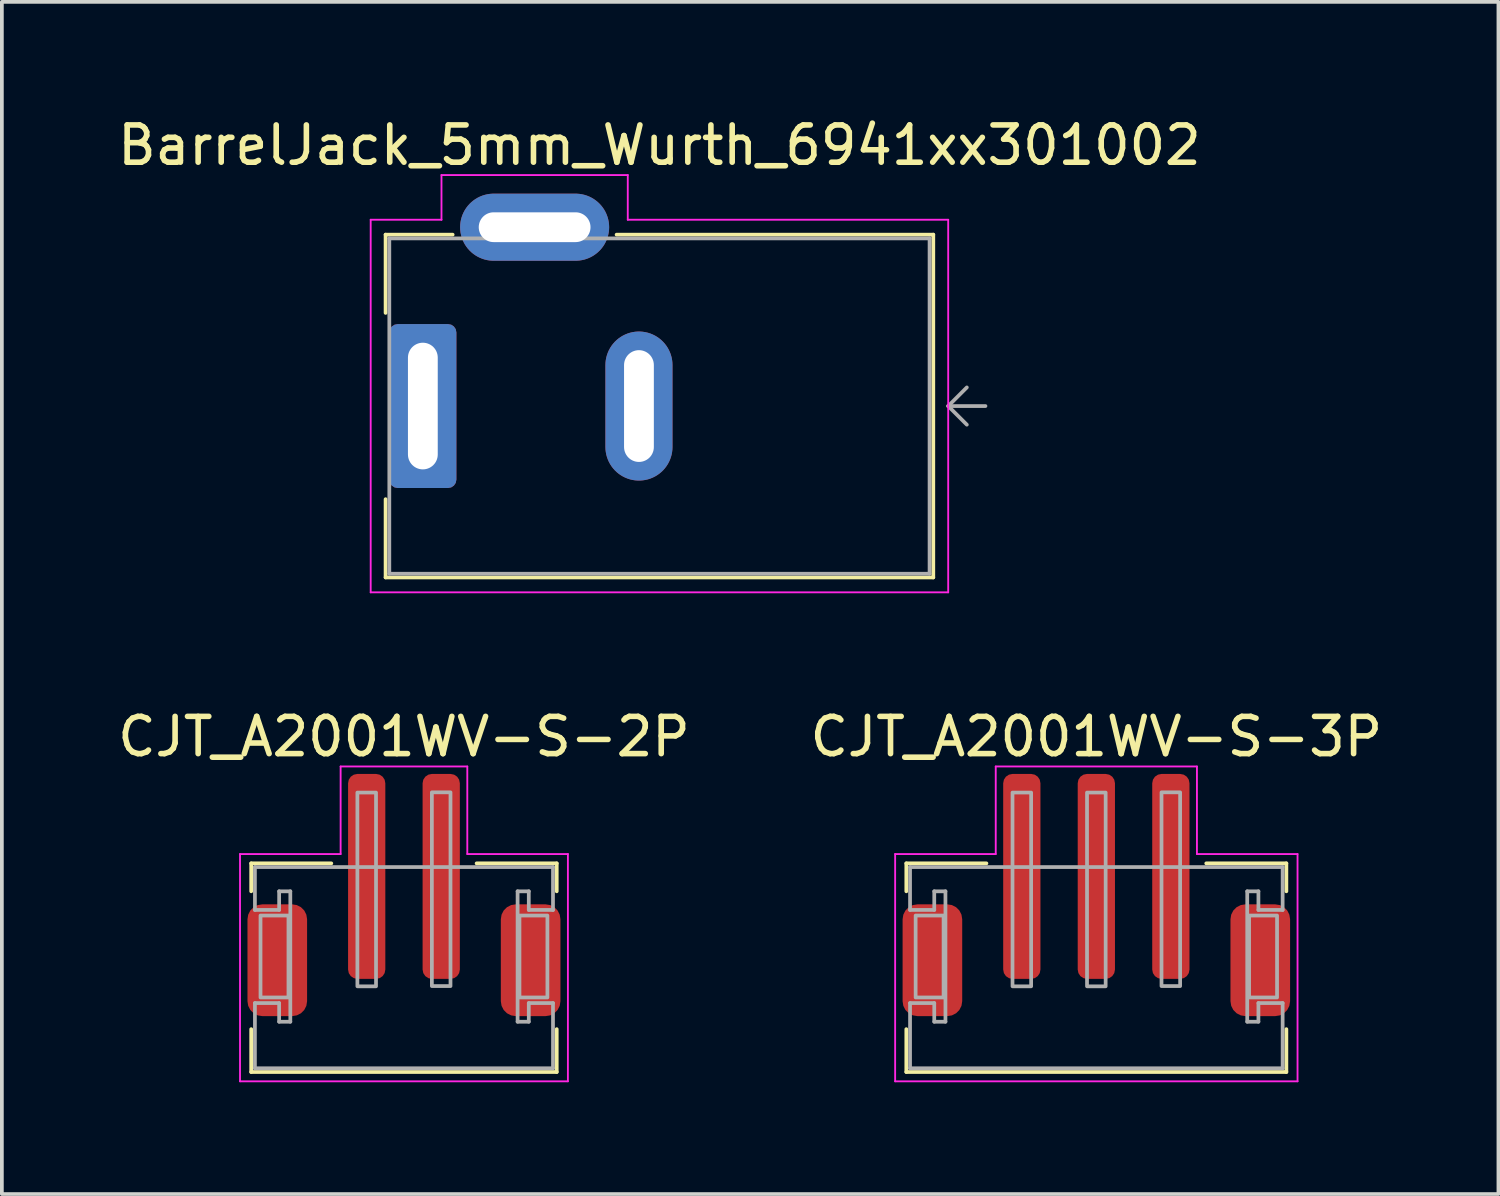
<source format=kicad_pcb>
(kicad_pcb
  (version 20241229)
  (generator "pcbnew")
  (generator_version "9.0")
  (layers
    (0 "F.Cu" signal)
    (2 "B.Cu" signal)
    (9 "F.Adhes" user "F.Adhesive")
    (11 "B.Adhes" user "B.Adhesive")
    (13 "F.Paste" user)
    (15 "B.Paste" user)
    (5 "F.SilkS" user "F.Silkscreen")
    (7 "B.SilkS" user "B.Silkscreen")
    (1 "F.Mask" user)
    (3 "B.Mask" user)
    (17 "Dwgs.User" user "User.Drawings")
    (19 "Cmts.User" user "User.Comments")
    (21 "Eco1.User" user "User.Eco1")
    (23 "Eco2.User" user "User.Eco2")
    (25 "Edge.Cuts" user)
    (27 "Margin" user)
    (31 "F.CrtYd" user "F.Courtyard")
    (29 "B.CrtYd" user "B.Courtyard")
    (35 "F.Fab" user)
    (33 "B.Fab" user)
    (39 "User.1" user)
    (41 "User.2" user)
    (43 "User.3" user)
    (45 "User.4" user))
  (footprint "BarrelJack_5mm_Wurth_6941xx301002"
    (layer "F.Cu")
    (at 8.299 7.848)
    (property "Reference" "BarrelJack_5mm_Wurth_6941xx301002" (at 6.35 -7 180) (layer "F.SilkS") (effects (font (size 1 1) (thickness 0.15))))
    (attr through_hole)
    (fp_line (start -1 -4.6) (end 0.8 -4.6) (stroke (width 0.1) (type solid)) (layer "F.SilkS"))
    (fp_line (start -1 -2.5) (end -1 -4.6) (stroke (width 0.1) (type solid)) (layer "F.SilkS"))
    (fp_line (start -1 4.6) (end -1 2.5) (stroke (width 0.1) (type solid)) (layer "F.SilkS"))
    (fp_line (start 5.2 -4.6) (end 13.7 -4.6) (stroke (width 0.1) (type solid)) (layer "F.SilkS"))
    (fp_line (start 13.7 -4.6) (end 13.7 4.6) (stroke (width 0.1) (type solid)) (layer "F.SilkS"))
    (fp_line (start 13.7 4.6) (end -1 4.6) (stroke (width 0.1) (type solid)) (layer "F.SilkS"))
    (fp_line (start -1.4 -5) (end -1.4 5) (stroke (width 0.05) (type solid)) (layer "F.CrtYd"))
    (fp_line (start -1.4 5) (end 14.1 5) (stroke (width 0.05) (type solid)) (layer "F.CrtYd"))
    (fp_line (start 0.5 -6.2) (end 0.5 -5) (stroke (width 0.05) (type solid)) (layer "F.CrtYd"))
    (fp_line (start 0.5 -6.2) (end 5.5 -6.2) (stroke (width 0.05) (type solid)) (layer "F.CrtYd"))
    (fp_line (start 0.5 -5) (end -1.4 -5) (stroke (width 0.05) (type solid)) (layer "F.CrtYd"))
    (fp_line (start 5.5 -6.2) (end 5.5 -5) (stroke (width 0.05) (type solid)) (layer "F.CrtYd"))
    (fp_line (start 14.1 -5) (end 5.5 -5) (stroke (width 0.05) (type solid)) (layer "F.CrtYd"))
    (fp_line (start 14.1 5) (end 14.1 -5) (stroke (width 0.05) (type solid)) (layer "F.CrtYd"))
    (fp_line (start -0.9 -4.5) (end -0.9 4.5) (stroke (width 0.1) (type solid)) (layer "F.Fab"))
    (fp_line (start -0.9 -4.5) (end 13.6 -4.5) (stroke (width 0.1) (type solid)) (layer "F.Fab"))
    (fp_line (start 13.6 -4.5) (end 13.6 4.5) (stroke (width 0.1) (type solid)) (layer "F.Fab"))
    (fp_line (start 13.6 4.5) (end -0.9 4.5) (stroke (width 0.1) (type solid)) (layer "F.Fab"))
    (fp_line (start 14.1 0) (end 14.6 -0.5) (stroke (width 0.1) (type solid)) (layer "F.Fab"))
    (fp_line (start 14.1 0) (end 15.1 0) (stroke (width 0.1) (type solid)) (layer "F.Fab"))
    (fp_line (start 14.6 0.5) (end 14.1 0) (stroke (width 0.1) (type solid)) (layer "F.Fab"))
    (pad "1" thru_hole roundrect (at 0 0 90) (size 4.4 1.8) (drill oval 3.4 0.8) (layers "*.Cu" "*.Mask") (roundrect_rratio 0.125))
    (pad "2" thru_hole oval (at 5.8 0 90) (size 4 1.8) (drill oval 3 0.8) (layers "*.Cu" "*.Mask"))
    (pad "3" thru_hole oval (at 3 -4.8 180) (size 4 1.8) (drill oval 3 0.8) (layers "*.Cu" "*.Mask")))
  (footprint "CJT_A2001WV-S-2P"
    (layer "F.Cu")
    (at 7.792 22.922)
    (property "Reference" "CJT_A2001WV-S-2P" (at 0 -6.2 0) (layer "F.SilkS") (effects (font (size 1 1) (thickness 0.15))))
    (attr smd)
    (fp_line (start -4.1 -2.8) (end -4.1 -2.05) (stroke (width 0.1) (type solid)) (layer "F.SilkS"))
    (fp_line (start -4.1 -2.8) (end -1.95 -2.8) (stroke (width 0.1) (type solid)) (layer "F.SilkS"))
    (fp_line (start -4.1 1.65) (end -4.1 2.8) (stroke (width 0.1) (type solid)) (layer "F.SilkS"))
    (fp_line (start -4.1 2.8) (end 4.1 2.8) (stroke (width 0.1) (type solid)) (layer "F.SilkS"))
    (fp_line (start 1.95 -2.8) (end 4.1 -2.8) (stroke (width 0.1) (type solid)) (layer "F.SilkS"))
    (fp_line (start 4.1 -2.8) (end 4.1 -2.05) (stroke (width 0.1) (type solid)) (layer "F.SilkS"))
    (fp_line (start 4.1 1.65) (end 4.1 2.8) (stroke (width 0.1) (type solid)) (layer "F.SilkS"))
    (fp_line (start -4.4 -3.05) (end -4.4 3.05) (stroke (width 0.05) (type solid)) (layer "F.CrtYd"))
    (fp_line (start -4.4 3.05) (end 4.4 3.05) (stroke (width 0.05) (type solid)) (layer "F.CrtYd"))
    (fp_line (start -1.7 -5.4) (end -1.7 -3.05) (stroke (width 0.05) (type solid)) (layer "F.CrtYd"))
    (fp_line (start -1.7 -3.05) (end -4.4 -3.05) (stroke (width 0.05) (type solid)) (layer "F.CrtYd"))
    (fp_line (start 1.7 -5.4) (end -1.7 -5.4) (stroke (width 0.05) (type solid)) (layer "F.CrtYd"))
    (fp_line (start 1.7 -3.05) (end 1.7 -5.4) (stroke (width 0.05) (type solid)) (layer "F.CrtYd"))
    (fp_line (start 4.4 -3.05) (end 1.7 -3.05) (stroke (width 0.05) (type solid)) (layer "F.CrtYd"))
    (fp_line (start 4.4 3.05) (end 4.4 -3.05) (stroke (width 0.05) (type solid)) (layer "F.CrtYd"))
    (fp_line (start -4 -2.7) (end -4 -1.55) (stroke (width 0.1) (type solid)) (layer "F.Fab"))
    (fp_line (start -4 -2.7) (end 4 -2.7) (stroke (width 0.1) (type solid)) (layer "F.Fab"))
    (fp_line (start -4 -1.55) (end -3.35 -1.55) (stroke (width 0.1) (type solid)) (layer "F.Fab"))
    (fp_line (start -4 0.95) (end -4 2.7) (stroke (width 0.1) (type solid)) (layer "F.Fab"))
    (fp_line (start -4 0.95) (end -3.35 0.95) (stroke (width 0.1) (type solid)) (layer "F.Fab"))
    (fp_line (start -4 2.7) (end 4 2.7) (stroke (width 0.1) (type solid)) (layer "F.Fab"))
    (fp_line (start -3.35 -2.05) (end -3.05 -2.05) (stroke (width 0.1) (type solid)) (layer "F.Fab"))
    (fp_line (start -3.35 -1.55) (end -3.35 -2.05) (stroke (width 0.1) (type solid)) (layer "F.Fab"))
    (fp_line (start -3.35 0.95) (end -3.35 1.45) (stroke (width 0.1) (type solid)) (layer "F.Fab"))
    (fp_line (start -3.35 1.45) (end -3.05 1.45) (stroke (width 0.1) (type solid)) (layer "F.Fab"))
    (fp_line (start -3.05 -2.05) (end -3.05 1.45) (stroke (width 0.1) (type solid)) (layer "F.Fab"))
    (fp_line (start 3.05 -2.05) (end 3.05 1.45) (stroke (width 0.1) (type solid)) (layer "F.Fab"))
    (fp_line (start 3.05 -2.05) (end 3.35 -2.05) (stroke (width 0.1) (type solid)) (layer "F.Fab"))
    (fp_line (start 3.05 1.45) (end 3.35 1.45) (stroke (width 0.1) (type solid)) (layer "F.Fab"))
    (fp_line (start 3.35 -1.55) (end 3.35 -2.05) (stroke (width 0.1) (type solid)) (layer "F.Fab"))
    (fp_line (start 3.35 -1.55) (end 4 -1.55) (stroke (width 0.1) (type solid)) (layer "F.Fab"))
    (fp_line (start 3.35 0.95) (end 3.35 1.45) (stroke (width 0.1) (type solid)) (layer "F.Fab"))
    (fp_line (start 3.35 0.95) (end 4 0.95) (stroke (width 0.1) (type solid)) (layer "F.Fab"))
    (fp_line (start 4 -2.7) (end 4 -1.55) (stroke (width 0.1) (type solid)) (layer "F.Fab"))
    (fp_line (start 4 0.95) (end 4 2.7) (stroke (width 0.1) (type solid)) (layer "F.Fab"))
    (fp_rect (start -3.85 -1.4) (end -3.1 0.8) (stroke (width 0.1) (type solid)) (fill no) (layer "F.Fab"))
    (fp_rect (start -1.25 -4.7) (end -0.75 0.5) (stroke (width 0.1) (type solid)) (fill no) (layer "F.Fab"))
    (fp_rect (start 0.749 -4.706) (end 1.249 0.494) (stroke (width 0.1) (type solid)) (fill no) (layer "F.Fab"))
    (fp_rect (start 3.1 -1.4) (end 3.85 0.8) (stroke (width 0.1) (type solid)) (fill no) (layer "F.Fab"))
    (pad "1" smd roundrect (at 1 -2.45) (size 1 5.5) (layers "F.Cu" "F.Mask" "F.Paste") (roundrect_rratio 0.25))
    (pad "2" smd roundrect (at -1 -2.45) (size 1 5.5) (layers "F.Cu" "F.Mask" "F.Paste") (roundrect_rratio 0.25))
    (pad "MP" smd roundrect (at -3.4 -0.2) (size 1.6 3) (layers "F.Cu" "F.Mask" "F.Paste") (roundrect_rratio 0.25))
    (pad "MP" smd roundrect (at 3.4 -0.2) (size 1.6 3) (layers "F.Cu" "F.Mask" "F.Paste") (roundrect_rratio 0.25)))
  (footprint "CJT_A2001WV-S-3P"
    (layer "F.Cu")
    (at 26.375 22.922)
    (property "Reference" "CJT_A2001WV-S-3P" (at 0 -6.2 0) (layer "F.SilkS") (effects (font (size 1 1) (thickness 0.15))))
    (attr smd)
    (fp_line (start -5.1 -2.8) (end -5.1 -2.05) (stroke (width 0.1) (type solid)) (layer "F.SilkS"))
    (fp_line (start -5.1 -2.8) (end -2.95 -2.8) (stroke (width 0.1) (type solid)) (layer "F.SilkS"))
    (fp_line (start -5.1 1.65) (end -5.1 2.8) (stroke (width 0.1) (type solid)) (layer "F.SilkS"))
    (fp_line (start -5.1 2.8) (end 5.1 2.8) (stroke (width 0.1) (type solid)) (layer "F.SilkS"))
    (fp_line (start 2.95 -2.8) (end 5.1 -2.8) (stroke (width 0.1) (type solid)) (layer "F.SilkS"))
    (fp_line (start 5.1 -2.8) (end 5.1 -2.05) (stroke (width 0.1) (type solid)) (layer "F.SilkS"))
    (fp_line (start 5.1 1.65) (end 5.1 2.8) (stroke (width 0.1) (type solid)) (layer "F.SilkS"))
    (fp_line (start -5.4 -3.05) (end -5.4 3.05) (stroke (width 0.05) (type solid)) (layer "F.CrtYd"))
    (fp_line (start -5.4 3.05) (end 5.4 3.05) (stroke (width 0.05) (type solid)) (layer "F.CrtYd"))
    (fp_line (start -2.7 -5.4) (end -2.7 -3.05) (stroke (width 0.05) (type solid)) (layer "F.CrtYd"))
    (fp_line (start -2.7 -3.05) (end -5.4 -3.05) (stroke (width 0.05) (type solid)) (layer "F.CrtYd"))
    (fp_line (start 2.7 -5.4) (end -2.7 -5.4) (stroke (width 0.05) (type solid)) (layer "F.CrtYd"))
    (fp_line (start 2.7 -3.05) (end 2.7 -5.4) (stroke (width 0.05) (type solid)) (layer "F.CrtYd"))
    (fp_line (start 5.4 -3.05) (end 2.7 -3.05) (stroke (width 0.05) (type solid)) (layer "F.CrtYd"))
    (fp_line (start 5.4 3.05) (end 5.4 -3.05) (stroke (width 0.05) (type solid)) (layer "F.CrtYd"))
    (fp_line (start -5 -2.7) (end -5 -1.55) (stroke (width 0.1) (type solid)) (layer "F.Fab"))
    (fp_line (start -5 -2.7) (end 5 -2.7) (stroke (width 0.1) (type solid)) (layer "F.Fab"))
    (fp_line (start -5 -1.55) (end -4.35 -1.55) (stroke (width 0.1) (type solid)) (layer "F.Fab"))
    (fp_line (start -5 0.95) (end -5 2.7) (stroke (width 0.1) (type solid)) (layer "F.Fab"))
    (fp_line (start -5 0.95) (end -4.35 0.95) (stroke (width 0.1) (type solid)) (layer "F.Fab"))
    (fp_line (start -5 2.7) (end 5 2.7) (stroke (width 0.1) (type solid)) (layer "F.Fab"))
    (fp_line (start -4.35 -2.05) (end -4.05 -2.05) (stroke (width 0.1) (type solid)) (layer "F.Fab"))
    (fp_line (start -4.35 -1.55) (end -4.35 -2.05) (stroke (width 0.1) (type solid)) (layer "F.Fab"))
    (fp_line (start -4.35 0.95) (end -4.35 1.45) (stroke (width 0.1) (type solid)) (layer "F.Fab"))
    (fp_line (start -4.35 1.45) (end -4.05 1.45) (stroke (width 0.1) (type solid)) (layer "F.Fab"))
    (fp_line (start -4.05 -2.05) (end -4.05 1.45) (stroke (width 0.1) (type solid)) (layer "F.Fab"))
    (fp_line (start 4.05 -2.05) (end 4.05 1.45) (stroke (width 0.1) (type solid)) (layer "F.Fab"))
    (fp_line (start 4.05 -2.05) (end 4.35 -2.05) (stroke (width 0.1) (type solid)) (layer "F.Fab"))
    (fp_line (start 4.05 1.45) (end 4.35 1.45) (stroke (width 0.1) (type solid)) (layer "F.Fab"))
    (fp_line (start 4.35 -1.55) (end 4.35 -2.05) (stroke (width 0.1) (type solid)) (layer "F.Fab"))
    (fp_line (start 4.35 -1.55) (end 5 -1.55) (stroke (width 0.1) (type solid)) (layer "F.Fab"))
    (fp_line (start 4.35 0.95) (end 4.35 1.45) (stroke (width 0.1) (type solid)) (layer "F.Fab"))
    (fp_line (start 4.35 0.95) (end 5 0.95) (stroke (width 0.1) (type solid)) (layer "F.Fab"))
    (fp_line (start 5 -2.7) (end 5 -1.55) (stroke (width 0.1) (type solid)) (layer "F.Fab"))
    (fp_line (start 5 0.95) (end 5 2.7) (stroke (width 0.1) (type solid)) (layer "F.Fab"))
    (fp_rect (start -4.85 -1.4) (end -4.1 0.8) (stroke (width 0.1) (type solid)) (fill no) (layer "F.Fab"))
    (fp_rect (start -2.25 -4.7) (end -1.75 0.5) (stroke (width 0.1) (type solid)) (fill no) (layer "F.Fab"))
    (fp_rect (start -0.25 -4.7) (end 0.25 0.5) (stroke (width 0.1) (type solid)) (fill no) (layer "F.Fab"))
    (fp_rect (start 1.749 -4.706) (end 2.249 0.494) (stroke (width 0.1) (type solid)) (fill no) (layer "F.Fab"))
    (fp_rect (start 4.1 -1.4) (end 4.85 0.8) (stroke (width 0.1) (type solid)) (fill no) (layer "F.Fab"))
    (pad "1" smd roundrect (at 2 -2.45) (size 1 5.5) (layers "F.Cu" "F.Mask" "F.Paste") (roundrect_rratio 0.25))
    (pad "2" smd roundrect (at 0 -2.45) (size 1 5.5) (layers "F.Cu" "F.Mask" "F.Paste") (roundrect_rratio 0.25))
    (pad "3" smd roundrect (at -2 -2.45) (size 1 5.5) (layers "F.Cu" "F.Mask" "F.Paste") (roundrect_rratio 0.25))
    (pad "MP" smd roundrect (at -4.4 -0.2) (size 1.6 3) (layers "F.Cu" "F.Mask" "F.Paste") (roundrect_rratio 0.25))
    (pad "MP" smd roundrect (at 4.4 -0.2) (size 1.6 3) (layers "F.Cu" "F.Mask" "F.Paste") (roundrect_rratio 0.25)))
  (gr_rect
    (start -3 -3)
    (end 37.167 28.997)
    (stroke (width 0.1) (type default))
    (fill no)
    (layer "Edge.Cuts")))
</source>
